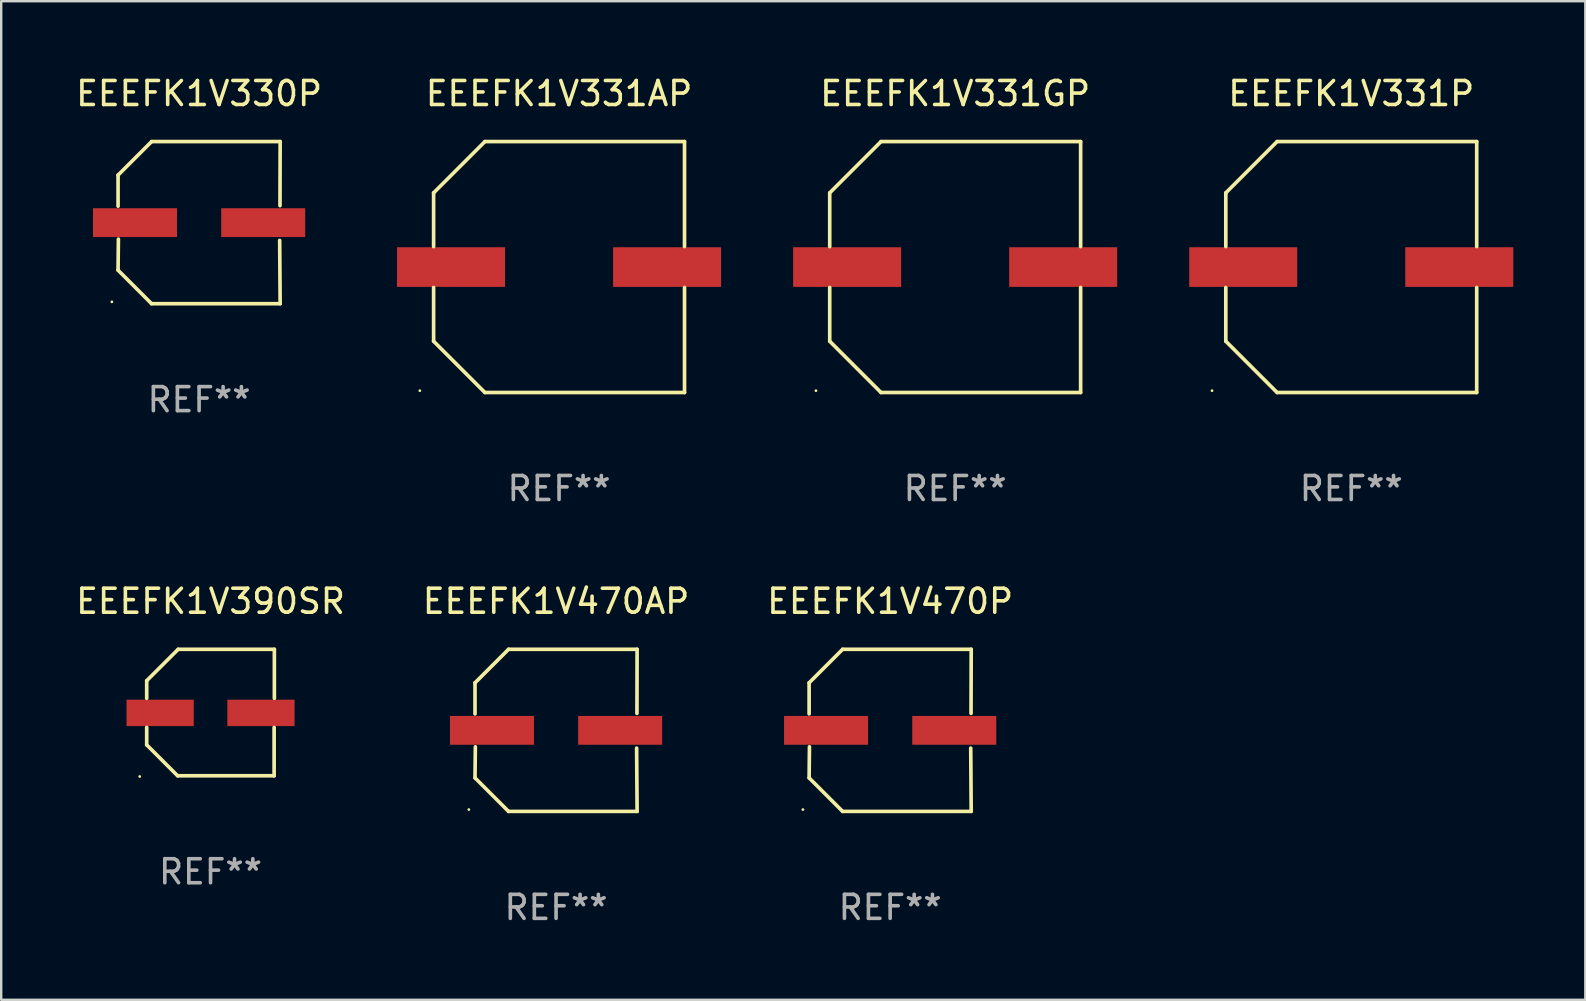
<source format=kicad_pcb>
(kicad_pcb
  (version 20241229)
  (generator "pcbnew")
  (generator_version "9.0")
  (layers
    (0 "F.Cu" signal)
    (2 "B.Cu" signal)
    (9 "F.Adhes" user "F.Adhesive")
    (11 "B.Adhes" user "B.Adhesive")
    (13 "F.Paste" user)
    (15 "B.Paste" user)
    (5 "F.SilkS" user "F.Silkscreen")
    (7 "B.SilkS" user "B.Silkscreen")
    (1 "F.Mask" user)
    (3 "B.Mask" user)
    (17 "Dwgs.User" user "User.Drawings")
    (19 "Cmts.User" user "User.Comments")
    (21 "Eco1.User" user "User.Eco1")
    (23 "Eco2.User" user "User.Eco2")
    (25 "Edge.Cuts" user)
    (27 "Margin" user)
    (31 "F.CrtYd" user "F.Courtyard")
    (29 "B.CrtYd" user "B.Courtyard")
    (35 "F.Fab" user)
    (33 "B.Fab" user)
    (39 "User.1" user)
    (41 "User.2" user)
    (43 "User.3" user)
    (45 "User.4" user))
  (footprint "EEEFK1V331AP"
    (layer "F.Cu")
    (at 20.238 8.074)
    (property "Reference" "EEEFK1V331AP" (at 0 -7.226 0) (layer "F.SilkS") (effects (font (size 1 1) (thickness 0.15))))
    (attr through_hole)
    (fp_line (start -5.226 -3.09) (end -5.226 -0.852) (stroke (width 0.152) (type solid)) (layer "F.SilkS"))
    (fp_line (start -5.226 3.09) (end -5.226 0.852) (stroke (width 0.152) (type solid)) (layer "F.SilkS"))
    (fp_line (start -3.09 -5.226) (end -5.226 -3.09) (stroke (width 0.152) (type solid)) (layer "F.SilkS"))
    (fp_line (start -3.09 5.226) (end -5.226 3.09) (stroke (width 0.152) (type solid)) (layer "F.SilkS"))
    (fp_line (start 5.226 -5.226) (end -3.09 -5.226) (stroke (width 0.152) (type solid)) (layer "F.SilkS"))
    (fp_line (start 5.226 -0.852) (end 5.226 -5.226) (stroke (width 0.152) (type solid)) (layer "F.SilkS"))
    (fp_line (start 5.226 0.852) (end 5.226 5.226) (stroke (width 0.152) (type solid)) (layer "F.SilkS"))
    (fp_line (start 5.226 5.226) (end -3.09 5.226) (stroke (width 0.152) (type solid)) (layer "F.SilkS"))
    (fp_circle (center -5.8 5.15) (end -5.77 5.15) (stroke (width 0.06) (type solid)) (fill no) (layer "F.SilkS"))
    (fp_text user "REF**" (at 0 9.226 0) (layer "F.Fab") (effects (font (size 1 1) (thickness 0.15))))
    (pad "1" smd rect (at -4.5 0) (size 4.5 1.65) (layers "F.Cu" "F.Mask" "F.Paste"))
    (pad "2" smd rect (at 4.5 0) (size 4.5 1.65) (layers "F.Cu" "F.Mask" "F.Paste")))
  (footprint "EEEFK1V470P"
    (layer "F.Cu")
    (at 34.03 27.373)
    (property "Reference" "EEEFK1V470P" (at 0 -5.376 0) (layer "F.SilkS") (effects (font (size 1 1) (thickness 0.15))))
    (attr through_hole)
    (fp_line (start -3.376 -1.98) (end -3.376 -0.686) (stroke (width 0.152) (type solid)) (layer "F.SilkS"))
    (fp_line (start -3.376 1.981) (end -3.362 0.686) (stroke (width 0.152) (type solid)) (layer "F.SilkS"))
    (fp_line (start -1.981 3.376) (end -3.376 1.981) (stroke (width 0.152) (type solid)) (layer "F.SilkS"))
    (fp_line (start -1.98 -3.376) (end -3.376 -1.98) (stroke (width 0.152) (type solid)) (layer "F.SilkS"))
    (fp_line (start 3.356 0.74) (end 3.376 3.376) (stroke (width 0.152) (type solid)) (layer "F.SilkS"))
    (fp_line (start 3.369 -0.707) (end 3.376 -3.376) (stroke (width 0.152) (type solid)) (layer "F.SilkS"))
    (fp_line (start 3.376 3.376) (end -1.981 3.376) (stroke (width 0.152) (type solid)) (layer "F.SilkS"))
    (fp_line (start 3.376 -3.376) (end -1.98 -3.376) (stroke (width 0.152) (type solid)) (layer "F.SilkS"))
    (fp_circle (center -3.634 3.3) (end -3.604 3.3) (stroke (width 0.06) (type solid)) (fill no) (layer "F.SilkS"))
    (fp_text user "REF**" (at 0 7.376 0) (layer "F.Fab") (effects (font (size 1 1) (thickness 0.15))))
    (pad "1" smd rect (at -2.67 0.000254) (size 3.5 1.2) (layers "F.Cu" "F.Mask" "F.Paste"))
    (pad "2" smd rect (at 2.67 0.000254) (size 3.5 1.2) (layers "F.Cu" "F.Mask" "F.Paste")))
  (footprint "EEEFK1V330P"
    (layer "F.Cu")
    (at 5.244 6.224)
    (property "Reference" "EEEFK1V330P" (at 0 -5.376 0) (layer "F.SilkS") (effects (font (size 1 1) (thickness 0.15))))
    (attr through_hole)
    (fp_line (start -3.376 -1.98) (end -3.376 -0.686) (stroke (width 0.152) (type solid)) (layer "F.SilkS"))
    (fp_line (start -3.376 1.981) (end -3.362 0.686) (stroke (width 0.152) (type solid)) (layer "F.SilkS"))
    (fp_line (start -1.981 3.376) (end -3.376 1.981) (stroke (width 0.152) (type solid)) (layer "F.SilkS"))
    (fp_line (start -1.98 -3.376) (end -3.376 -1.98) (stroke (width 0.152) (type solid)) (layer "F.SilkS"))
    (fp_line (start 3.356 0.74) (end 3.376 3.376) (stroke (width 0.152) (type solid)) (layer "F.SilkS"))
    (fp_line (start 3.369 -0.707) (end 3.376 -3.376) (stroke (width 0.152) (type solid)) (layer "F.SilkS"))
    (fp_line (start 3.376 3.376) (end -1.981 3.376) (stroke (width 0.152) (type solid)) (layer "F.SilkS"))
    (fp_line (start 3.376 -3.376) (end -1.98 -3.376) (stroke (width 0.152) (type solid)) (layer "F.SilkS"))
    (fp_circle (center -3.634 3.3) (end -3.604 3.3) (stroke (width 0.06) (type solid)) (fill no) (layer "F.SilkS"))
    (fp_text user "REF**" (at 0 7.376 0) (layer "F.Fab") (effects (font (size 1 1) (thickness 0.15))))
    (pad "1" smd rect (at -2.67 0.000254) (size 3.5 1.2) (layers "F.Cu" "F.Mask" "F.Paste"))
    (pad "2" smd rect (at 2.67 0.000254) (size 3.5 1.2) (layers "F.Cu" "F.Mask" "F.Paste")))
  (footprint "EEEFK1V390SR"
    (layer "F.Cu")
    (at 5.72 26.631)
    (property "Reference" "EEEFK1V390SR" (at 0 -4.634 0) (layer "F.SilkS") (effects (font (size 1 1) (thickness 0.15))))
    (attr through_hole)
    (fp_line (start -2.659 -1.326) (end -2.659 -0.592) (stroke (width 0.152) (type solid)) (layer "F.SilkS"))
    (fp_line (start -2.659 1.346) (end -2.659 0.622) (stroke (width 0.152) (type solid)) (layer "F.SilkS"))
    (fp_line (start -1.372 2.634) (end -2.659 1.346) (stroke (width 0.152) (type solid)) (layer "F.SilkS"))
    (fp_line (start -1.349 -2.634) (end -2.659 -1.326) (stroke (width 0.152) (type solid)) (layer "F.SilkS"))
    (fp_line (start 2.649 0.622) (end 2.649 2.634) (stroke (width 0.152) (type solid)) (layer "F.SilkS"))
    (fp_line (start 2.649 2.634) (end -1.372 2.634) (stroke (width 0.152) (type solid)) (layer "F.SilkS"))
    (fp_line (start 2.659 -2.634) (end -1.349 -2.634) (stroke (width 0.152) (type solid)) (layer "F.SilkS"))
    (fp_line (start 2.659 -0.592) (end 2.659 -2.634) (stroke (width 0.152) (type solid)) (layer "F.SilkS"))
    (fp_circle (center -2.95 2.665) (end -2.92 2.665) (stroke (width 0.06) (type solid)) (fill no) (layer "F.SilkS"))
    (fp_text user "REF**" (at 0 6.634 0) (layer "F.Fab") (effects (font (size 1 1) (thickness 0.15))))
    (pad "1" smd rect (at -2.1 0.015) (size 2.8 1.1) (layers "F.Cu" "F.Mask" "F.Paste"))
    (pad "2" smd rect (at 2.1 0.015) (size 2.8 1.1) (layers "F.Cu" "F.Mask" "F.Paste")))
  (footprint "EEEFK1V470AP"
    (layer "F.Cu")
    (at 20.113 27.373)
    (property "Reference" "EEEFK1V470AP" (at 0 -5.376 0) (layer "F.SilkS") (effects (font (size 1 1) (thickness 0.15))))
    (attr through_hole)
    (fp_line (start -3.376 -1.98) (end -3.376 -0.686) (stroke (width 0.152) (type solid)) (layer "F.SilkS"))
    (fp_line (start -3.376 1.981) (end -3.362 0.686) (stroke (width 0.152) (type solid)) (layer "F.SilkS"))
    (fp_line (start -1.981 3.376) (end -3.376 1.981) (stroke (width 0.152) (type solid)) (layer "F.SilkS"))
    (fp_line (start -1.98 -3.376) (end -3.376 -1.98) (stroke (width 0.152) (type solid)) (layer "F.SilkS"))
    (fp_line (start 3.356 0.74) (end 3.376 3.376) (stroke (width 0.152) (type solid)) (layer "F.SilkS"))
    (fp_line (start 3.369 -0.707) (end 3.376 -3.376) (stroke (width 0.152) (type solid)) (layer "F.SilkS"))
    (fp_line (start 3.376 3.376) (end -1.981 3.376) (stroke (width 0.152) (type solid)) (layer "F.SilkS"))
    (fp_line (start 3.376 -3.376) (end -1.98 -3.376) (stroke (width 0.152) (type solid)) (layer "F.SilkS"))
    (fp_circle (center -3.634 3.3) (end -3.604 3.3) (stroke (width 0.06) (type solid)) (fill no) (layer "F.SilkS"))
    (fp_text user "REF**" (at 0 7.376 0) (layer "F.Fab") (effects (font (size 1 1) (thickness 0.15))))
    (pad "1" smd rect (at -2.67 0.000254) (size 3.5 1.2) (layers "F.Cu" "F.Mask" "F.Paste"))
    (pad "2" smd rect (at 2.67 0.000254) (size 3.5 1.2) (layers "F.Cu" "F.Mask" "F.Paste")))
  (footprint "EEEFK1V331GP"
    (layer "F.Cu")
    (at 36.738 8.074)
    (property "Reference" "EEEFK1V331GP" (at 0 -7.226 0) (layer "F.SilkS") (effects (font (size 1 1) (thickness 0.15))))
    (attr through_hole)
    (fp_line (start -5.226 -3.09) (end -5.226 -0.852) (stroke (width 0.152) (type solid)) (layer "F.SilkS"))
    (fp_line (start -5.226 3.09) (end -5.226 0.852) (stroke (width 0.152) (type solid)) (layer "F.SilkS"))
    (fp_line (start -3.09 -5.226) (end -5.226 -3.09) (stroke (width 0.152) (type solid)) (layer "F.SilkS"))
    (fp_line (start -3.09 5.226) (end -5.226 3.09) (stroke (width 0.152) (type solid)) (layer "F.SilkS"))
    (fp_line (start 5.226 -5.226) (end -3.09 -5.226) (stroke (width 0.152) (type solid)) (layer "F.SilkS"))
    (fp_line (start 5.226 -0.852) (end 5.226 -5.226) (stroke (width 0.152) (type solid)) (layer "F.SilkS"))
    (fp_line (start 5.226 0.852) (end 5.226 5.226) (stroke (width 0.152) (type solid)) (layer "F.SilkS"))
    (fp_line (start 5.226 5.226) (end -3.09 5.226) (stroke (width 0.152) (type solid)) (layer "F.SilkS"))
    (fp_circle (center -5.8 5.15) (end -5.77 5.15) (stroke (width 0.06) (type solid)) (fill no) (layer "F.SilkS"))
    (fp_text user "REF**" (at 0 9.226 0) (layer "F.Fab") (effects (font (size 1 1) (thickness 0.15))))
    (pad "1" smd rect (at -4.5 0) (size 4.5 1.65) (layers "F.Cu" "F.Mask" "F.Paste"))
    (pad "2" smd rect (at 4.5 0) (size 4.5 1.65) (layers "F.Cu" "F.Mask" "F.Paste")))
  (footprint "EEEFK1V331P"
    (layer "F.Cu")
    (at 53.237 8.074)
    (property "Reference" "EEEFK1V331P" (at 0 -7.226 0) (layer "F.SilkS") (effects (font (size 1 1) (thickness 0.15))))
    (attr through_hole)
    (fp_line (start -5.226 -3.09) (end -5.226 -0.852) (stroke (width 0.152) (type solid)) (layer "F.SilkS"))
    (fp_line (start -5.226 3.09) (end -5.226 0.852) (stroke (width 0.152) (type solid)) (layer "F.SilkS"))
    (fp_line (start -3.09 -5.226) (end -5.226 -3.09) (stroke (width 0.152) (type solid)) (layer "F.SilkS"))
    (fp_line (start -3.09 5.226) (end -5.226 3.09) (stroke (width 0.152) (type solid)) (layer "F.SilkS"))
    (fp_line (start 5.226 -5.226) (end -3.09 -5.226) (stroke (width 0.152) (type solid)) (layer "F.SilkS"))
    (fp_line (start 5.226 -0.852) (end 5.226 -5.226) (stroke (width 0.152) (type solid)) (layer "F.SilkS"))
    (fp_line (start 5.226 0.852) (end 5.226 5.226) (stroke (width 0.152) (type solid)) (layer "F.SilkS"))
    (fp_line (start 5.226 5.226) (end -3.09 5.226) (stroke (width 0.152) (type solid)) (layer "F.SilkS"))
    (fp_circle (center -5.8 5.15) (end -5.77 5.15) (stroke (width 0.06) (type solid)) (fill no) (layer "F.SilkS"))
    (fp_text user "REF**" (at 0 9.226 0) (layer "F.Fab") (effects (font (size 1 1) (thickness 0.15))))
    (pad "1" smd rect (at -4.5 0) (size 4.5 1.65) (layers "F.Cu" "F.Mask" "F.Paste"))
    (pad "2" smd rect (at 4.5 0) (size 4.5 1.65) (layers "F.Cu" "F.Mask" "F.Paste")))
  (gr_rect
    (start -3 -3)
    (end 62.987 38.597)
    (stroke (width 0.1) (type default))
    (fill no)
    (layer "Edge.Cuts")))
</source>
